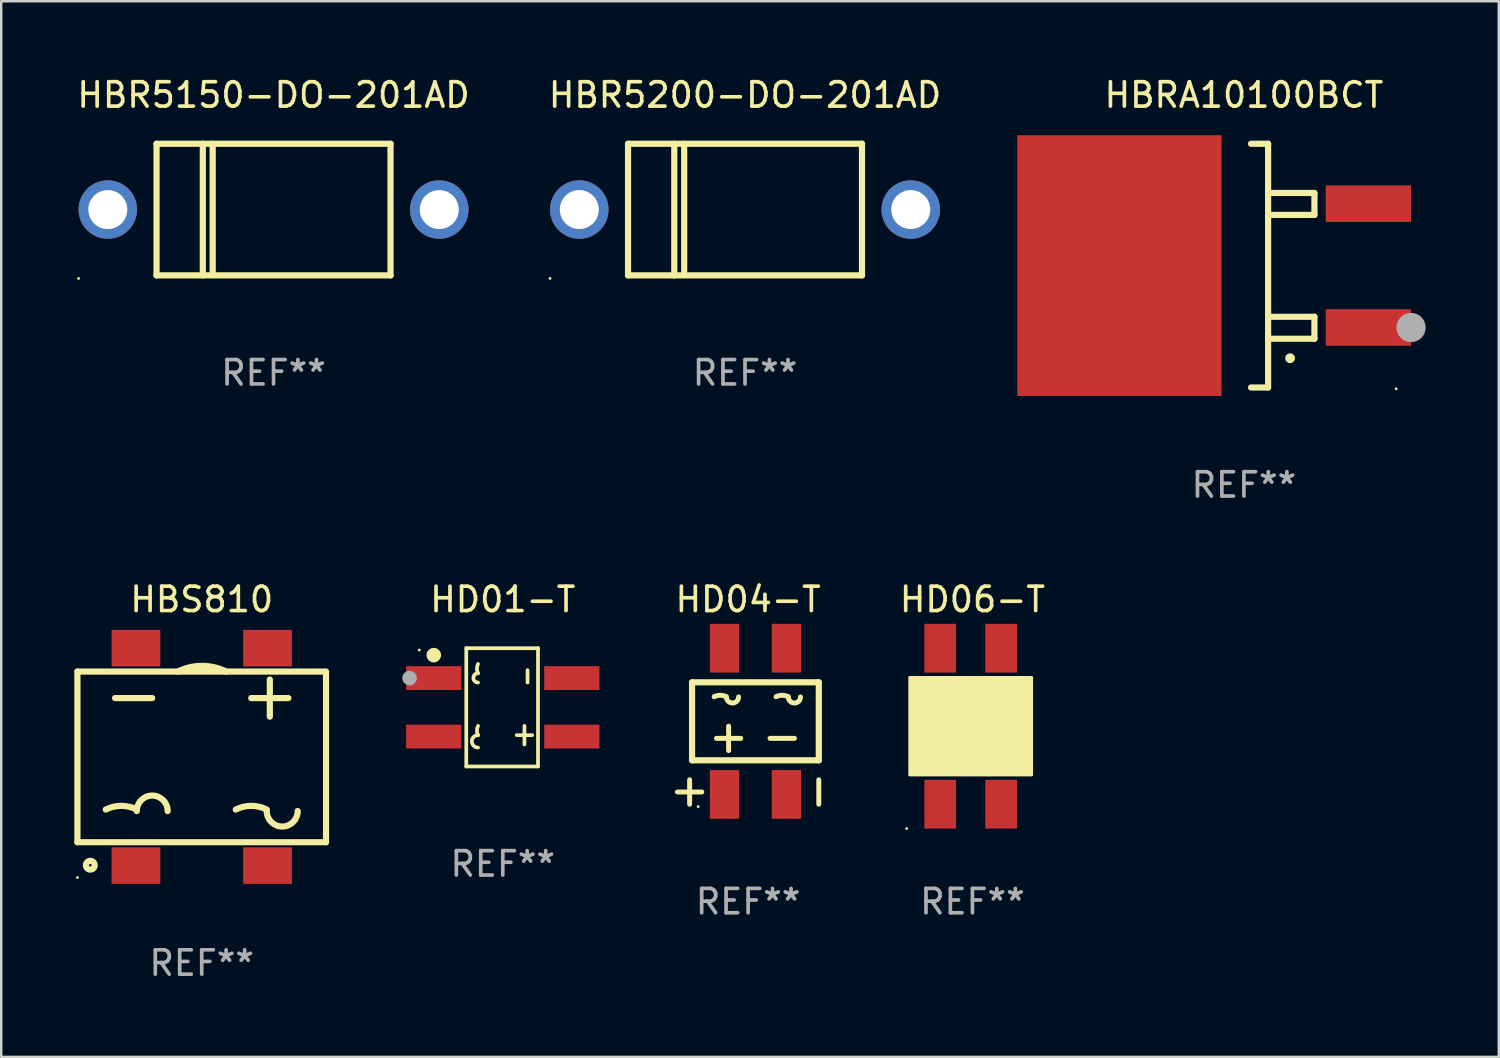
<source format=kicad_pcb>
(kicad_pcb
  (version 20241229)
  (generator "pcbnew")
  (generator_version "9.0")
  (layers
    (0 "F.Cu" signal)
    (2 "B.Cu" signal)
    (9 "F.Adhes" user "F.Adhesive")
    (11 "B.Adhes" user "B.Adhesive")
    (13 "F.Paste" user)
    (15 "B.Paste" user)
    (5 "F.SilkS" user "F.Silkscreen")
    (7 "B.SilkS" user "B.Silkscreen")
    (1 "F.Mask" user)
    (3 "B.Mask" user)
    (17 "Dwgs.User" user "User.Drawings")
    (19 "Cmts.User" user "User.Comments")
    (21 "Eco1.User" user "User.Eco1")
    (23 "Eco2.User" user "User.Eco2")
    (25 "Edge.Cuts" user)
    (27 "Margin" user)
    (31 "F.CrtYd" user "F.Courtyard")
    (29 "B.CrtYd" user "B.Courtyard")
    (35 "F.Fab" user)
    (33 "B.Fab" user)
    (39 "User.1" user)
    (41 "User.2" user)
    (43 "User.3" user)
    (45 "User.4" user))
  (footprint "HBR5200-DO-201AD"
    (layer "F.Cu")
    (at 27.518 5.548)
    (property "Reference" "HBR5200-DO-201AD" (at 0 -4.7 0) (layer "F.SilkS") (effects (font (size 1 1) (thickness 0.15))))
    (attr through_hole)
    (fp_line (start -4.8 -2.7) (end -4.8 2.7) (stroke (width 0.254) (type solid)) (layer "F.SilkS"))
    (fp_line (start -4.8 -2.7) (end 4.8 -2.7) (stroke (width 0.254) (type solid)) (layer "F.SilkS"))
    (fp_line (start -2.902 -2.7) (end -2.902 2.7) (stroke (width 0.254) (type solid)) (layer "F.SilkS"))
    (fp_line (start -2.496 -2.7) (end -2.496 2.54) (stroke (width 0.254) (type solid)) (layer "F.SilkS"))
    (fp_line (start 4.8 -2.7) (end 4.8 2.7) (stroke (width 0.254) (type solid)) (layer "F.SilkS"))
    (fp_line (start 4.8 2.7) (end -4.8 2.7) (stroke (width 0.254) (type solid)) (layer "F.SilkS"))
    (fp_circle (center -8 2.827) (end -7.97 2.827) (stroke (width 0.06) (type solid)) (fill no) (layer "F.SilkS"))
    (fp_text user "REF**" (at 0 6.7 0) (layer "F.Fab") (effects (font (size 1 1) (thickness 0.15))))
    (pad "1" thru_hole circle (at -6.8 0) (size 2.4 2.4) (drill 1.6) (layers "*.Cu" "*.Mask"))
    (pad "2" thru_hole circle (at 6.8 0) (size 2.4 2.4) (drill 1.6) (layers "*.Cu" "*.Mask")))
  (footprint "HD06-T"
    (layer "F.Cu")
    (at 36.848 26.745)
    (property "Reference" "HD06-T" (at 0 -5.2 0) (layer "F.SilkS") (effects (font (size 1 1) (thickness 0.15))))
    (attr through_hole)
    (fp_line (start -1.88 1.446) (end -1.448 0.966) (stroke (width 0.387) (type solid)) (layer "F.SilkS"))
    (fp_line (start -1.702 -1.168) (end -0.737 -1.168) (stroke (width 0.387) (type solid)) (layer "F.SilkS"))
    (fp_line (start -1.448 0.966) (end -0.965 1.446) (stroke (width 0.387) (type solid)) (layer "F.SilkS"))
    (fp_line (start 0.965 -1.092) (end 1.803 -1.092) (stroke (width 0.387) (type solid)) (layer "F.SilkS"))
    (fp_line (start 1.016 1.499) (end 1.42 0.991) (stroke (width 0.387) (type solid)) (layer "F.SilkS"))
    (fp_line (start 1.397 -1.523) (end 1.397 -0.711) (stroke (width 0.387) (type solid)) (layer "F.SilkS"))
    (fp_line (start 1.42 0.991) (end 1.88 1.499) (stroke (width 0.387) (type solid)) (layer "F.SilkS"))
    (fp_circle (center -2.698 4.2) (end -2.668 4.2) (stroke (width 0.06) (type solid)) (fill no) (layer "F.SilkS"))
    (fp_poly (pts (xy -2.571 -2) (xy 2.429 -2) (xy 2.429 2) (xy -2.571 2)) (stroke (width 0.12) (type solid)) (fill yes) (layer "F.SilkS"))
    (fp_text user "REF**" (at 0 7.2 0) (layer "F.Fab") (effects (font (size 1 1) (thickness 0.15))))
    (pad "1" smd rect (at -1.321 3.2) (size 1.3 2) (layers "F.Cu" "F.Mask" "F.Paste"))
    (pad "2" smd rect (at 1.179 3.2) (size 1.3 2) (layers "F.Cu" "F.Mask" "F.Paste"))
    (pad "3" smd rect (at 1.179 -3.2) (size 1.3 2) (layers "F.Cu" "F.Mask" "F.Paste"))
    (pad "4" smd rect (at -1.321 -3.2) (size 1.3 2) (layers "F.Cu" "F.Mask" "F.Paste")))
  (footprint "HBR5150-DO-201AD"
    (layer "F.Cu")
    (at 8.173 5.548)
    (property "Reference" "HBR5150-DO-201AD" (at 0 -4.7 0) (layer "F.SilkS") (effects (font (size 1 1) (thickness 0.15))))
    (attr through_hole)
    (fp_line (start -4.8 -2.7) (end -4.8 2.7) (stroke (width 0.254) (type solid)) (layer "F.SilkS"))
    (fp_line (start -4.8 -2.7) (end 4.8 -2.7) (stroke (width 0.254) (type solid)) (layer "F.SilkS"))
    (fp_line (start -2.902 -2.7) (end -2.902 2.7) (stroke (width 0.254) (type solid)) (layer "F.SilkS"))
    (fp_line (start -2.496 -2.7) (end -2.496 2.54) (stroke (width 0.254) (type solid)) (layer "F.SilkS"))
    (fp_line (start 4.8 -2.7) (end 4.8 2.7) (stroke (width 0.254) (type solid)) (layer "F.SilkS"))
    (fp_line (start 4.8 2.7) (end -4.8 2.7) (stroke (width 0.254) (type solid)) (layer "F.SilkS"))
    (fp_circle (center -8 2.827) (end -7.97 2.827) (stroke (width 0.06) (type solid)) (fill no) (layer "F.SilkS"))
    (fp_text user "REF**" (at 0 6.7 0) (layer "F.Fab") (effects (font (size 1 1) (thickness 0.15))))
    (pad "1" thru_hole circle (at -6.8 0) (size 2.4 2.4) (drill 1.6) (layers "*.Cu" "*.Mask"))
    (pad "2" thru_hole circle (at 6.8 0) (size 2.4 2.4) (drill 1.6) (layers "*.Cu" "*.Mask")))
  (footprint "HD04-T"
    (layer "F.Cu")
    (at 27.645 26.745)
    (property "Reference" "HD04-T" (at 0 -5.2 0) (layer "F.SilkS") (effects (font (size 1 1) (thickness 0.15))))
    (attr through_hole)
    (fp_line (start -2.4 2.2) (end -2.4 3.2) (stroke (width 0.203) (type solid)) (layer "F.SilkS"))
    (fp_line (start -2.3 -1.8) (end -2.3 1.4) (stroke (width 0.254) (type solid)) (layer "F.SilkS"))
    (fp_line (start -2.3 1.4) (end 2.9 1.4) (stroke (width 0.254) (type solid)) (layer "F.SilkS"))
    (fp_line (start -1.9 2.7) (end -2.9 2.7) (stroke (width 0.203) (type solid)) (layer "F.SilkS"))
    (fp_line (start -0.8 -0.000254) (end -0.8 1) (stroke (width 0.203) (type solid)) (layer "F.SilkS"))
    (fp_line (start -0.3 0.5) (end -1.3 0.5) (stroke (width 0.203) (type solid)) (layer "F.SilkS"))
    (fp_line (start 1.9 0.5) (end 0.9 0.5) (stroke (width 0.203) (type solid)) (layer "F.SilkS"))
    (fp_line (start 2.9 -1.8) (end -2.3 -1.8) (stroke (width 0.254) (type solid)) (layer "F.SilkS"))
    (fp_line (start 2.9 1.4) (end 2.9 -1.8) (stroke (width 0.254) (type solid)) (layer "F.SilkS"))
    (fp_line (start 2.9 2.2) (end 2.9 3.2) (stroke (width 0.203) (type solid)) (layer "F.SilkS"))
    (fp_arc (start -1.394209 -1.208534) (mid -1.144019 -1.267616) (end -0.893828 -1.208535) (stroke (width 0.2032) (type solid)) (layer "F.SilkS"))
    (fp_arc (start -0.390907 -1.200914) (mid -0.641097 -0.950915) (end -0.891287 -1.200915) (stroke (width 0.2032) (type solid)) (layer "F.SilkS"))
    (fp_arc (start 1.145796 -1.208534) (mid 1.395986 -1.267616) (end 1.646177 -1.208535) (stroke (width 0.2032) (type solid)) (layer "F.SilkS"))
    (fp_arc (start 2.149098 -1.200914) (mid 1.898908 -0.950915) (end 1.648718 -1.200915) (stroke (width 0.2032) (type solid)) (layer "F.SilkS"))
    (fp_circle (center -2.05 3.3) (end -2.02 3.3) (stroke (width 0.06) (type solid)) (fill no) (layer "F.SilkS"))
    (fp_text user "REF**" (at 0 7.2 0) (layer "F.Fab") (effects (font (size 1 1) (thickness 0.15))))
    (pad "1" smd rect (at -0.97 2.8 90) (size 2 1.2) (layers "F.Cu" "F.Mask" "F.Paste"))
    (pad "2" smd rect (at 1.57 2.8 90) (size 2 1.2) (layers "F.Cu" "F.Mask" "F.Paste"))
    (pad "3" smd rect (at 1.57 -3.2 90) (size 2 1.2) (layers "F.Cu" "F.Mask" "F.Paste"))
    (pad "4" smd rect (at -0.97 -3.2 90) (size 2 1.2) (layers "F.Cu" "F.Mask" "F.Paste")))
  (footprint "HBS810"
    (layer "F.Cu")
    (at 5.227 28.005)
    (property "Reference" "HBS810" (at 0 -6.46 0) (layer "F.SilkS") (effects (font (size 1 1) (thickness 0.15))))
    (attr through_hole)
    (fp_line (start -5.1 -3.5) (end -5.1 3.5) (stroke (width 0.254) (type solid)) (layer "F.SilkS"))
    (fp_line (start -5.1 -3.5) (end 5.05 -3.5) (stroke (width 0.254) (type solid)) (layer "F.SilkS"))
    (fp_line (start -5.1 3.5) (end 5.1 3.5) (stroke (width 0.254) (type solid)) (layer "F.SilkS"))
    (fp_line (start -3.556 -2.413) (end -2.032 -2.413) (stroke (width 0.254) (type solid)) (layer "F.SilkS"))
    (fp_line (start 2.032 -2.413) (end 3.556 -2.413) (stroke (width 0.254) (type solid)) (layer "F.SilkS"))
    (fp_line (start 2.794 -3.175) (end 2.794 -1.651) (stroke (width 0.254) (type solid)) (layer "F.SilkS"))
    (fp_line (start 5.1 -3.5) (end 5.1 3.5) (stroke (width 0.254) (type solid)) (layer "F.SilkS"))
    (fp_arc (start -3.937008 2.159004) (mid -3.302007 2.009101) (end -2.667005 2.159004) (stroke (width 0.254001) (type solid)) (layer "F.SilkS"))
    (fp_arc (start -2.667005 2.222479) (mid -2.032004 1.587478) (end -1.397003 2.222479) (stroke (width 0.254001) (type solid)) (layer "F.SilkS"))
    (fp_arc (start -0.98128 -3.5) (mid 0.010996 -3.73433) (end 1.003302 -3.500127) (stroke (width 0.254001) (type solid)) (layer "F.SilkS"))
    (fp_arc (start 1.397003 2.159004) (mid 2.032004 2.009101) (end 2.667006 2.159004) (stroke (width 0.254001) (type solid)) (layer "F.SilkS"))
    (fp_arc (start 3.937008 2.222479) (mid 3.302007 2.85748) (end 2.667006 2.222479) (stroke (width 0.254001) (type solid)) (layer "F.SilkS"))
    (fp_circle (center -5.1 4.95) (end -5.07 4.95) (stroke (width 0.06) (type solid)) (fill no) (layer "F.SilkS"))
    (fp_circle (center -4.572 4.445) (end -4.392 4.445) (stroke (width 0.254) (type solid)) (fill no) (layer "F.SilkS"))
    (fp_text user "REF**" (at 0 8.46 0) (layer "F.Fab") (effects (font (size 1 1) (thickness 0.15))))
    (pad "1" smd rect (at -2.7 4.46 90) (size 1.5 2) (layers "F.Cu" "F.Mask" "F.Paste"))
    (pad "2" smd rect (at 2.7 4.46 90) (size 1.5 2) (layers "F.Cu" "F.Mask" "F.Paste"))
    (pad "3" smd rect (at 2.7 -4.46 90) (size 1.5 2) (layers "F.Cu" "F.Mask" "F.Paste"))
    (pad "4" smd rect (at -2.7 -4.46 90) (size 1.5 2) (layers "F.Cu" "F.Mask" "F.Paste")))
  (footprint "HD01-T"
    (layer "F.Cu")
    (at 17.579 25.971)
    (property "Reference" "HD01-T" (at 0 -4.426 0) (layer "F.SilkS") (effects (font (size 1 1) (thickness 0.15))))
    (attr through_hole)
    (fp_line (start -1.498 -2.426) (end -1.498 2.426) (stroke (width 0.152) (type solid)) (layer "F.SilkS"))
    (fp_line (start -1.498 2.426) (end 1.445 2.426) (stroke (width 0.152) (type solid)) (layer "F.SilkS"))
    (fp_line (start 0.572 1.143) (end 1.207 1.143) (stroke (width 0.152) (type solid)) (layer "F.SilkS"))
    (fp_line (start 0.889 0.762) (end 0.889 1.524) (stroke (width 0.152) (type solid)) (layer "F.SilkS"))
    (fp_line (start 1.016 -1.524) (end 1.016 -1.016) (stroke (width 0.152) (type solid)) (layer "F.SilkS"))
    (fp_line (start 1.445 -2.426) (end -1.498 -2.426) (stroke (width 0.152) (type solid)) (layer "F.SilkS"))
    (fp_line (start 1.445 2.426) (end 1.445 -2.426) (stroke (width 0.152) (type solid)) (layer "F.SilkS"))
    (fp_arc (start -1.015951 -1.397003) (mid -1.060922 -1.587503) (end -1.015951 -1.778004) (stroke (width 0.151994) (type solid)) (layer "F.SilkS"))
    (fp_arc (start -1.015951 -1.016002) (mid -1.20635 -1.206528) (end -1.015875 -1.396978) (stroke (width 0.151994) (type solid)) (layer "F.SilkS"))
    (fp_arc (start -1.015951 1.143003) (mid -1.060922 0.952502) (end -1.015951 0.762002) (stroke (width 0.151994) (type solid)) (layer "F.SilkS"))
    (fp_arc (start -1.015951 1.651003) (mid -1.269849 1.396978) (end -1.015875 1.143029) (stroke (width 0.151994) (type solid)) (layer "F.SilkS"))
    (fp_circle (center -3.425 -2.35) (end -3.395 -2.35) (stroke (width 0.06) (type solid)) (fill no) (layer "F.SilkS"))
    (fp_circle (center -2.832 -2.142) (end -2.682 -2.142) (stroke (width 0.3) (type solid)) (fill no) (layer "F.SilkS"))
    (fp_circle (center -3.825 -1.2) (end -3.675 -1.2) (stroke (width 0.3) (type solid)) (fill no) (layer "F.Fab"))
    (fp_text user "REF**" (at 0 6.426 0) (layer "F.Fab") (effects (font (size 1 1) (thickness 0.15))))
    (pad "1" smd rect (at -2.832 -1.2 270) (size 0.98 2.265) (layers "F.Cu" "F.Mask" "F.Paste"))
    (pad "2" smd rect (at -2.832 1.2 270) (size 0.98 2.265) (layers "F.Cu" "F.Mask" "F.Paste"))
    (pad "3" smd rect (at 2.832 1.2 270) (size 0.98 2.265) (layers "F.Cu" "F.Mask" "F.Paste"))
    (pad "4" smd rect (at 2.832 -1.2 270) (size 0.98 2.265) (layers "F.Cu" "F.Mask" "F.Paste")))
  (footprint "HBRA10100BCT"
    (layer "F.Cu")
    (at 47.987 7.848)
    (property "Reference" "HBRA10100BCT" (at 0 -7 0) (layer "F.SilkS") (effects (font (size 1 1) (thickness 0.15))))
    (attr through_hole)
    (fp_line (start 0.293 -5) (end 0.993 -5) (stroke (width 0.254) (type solid)) (layer "F.SilkS"))
    (fp_line (start 0.993 -5) (end 0.993 5) (stroke (width 0.254) (type solid)) (layer "F.SilkS"))
    (fp_line (start 0.993 -2.08) (end 2.893 -2.08) (stroke (width 0.254) (type solid)) (layer "F.SilkS"))
    (fp_line (start 0.993 3) (end 2.893 3) (stroke (width 0.254) (type solid)) (layer "F.SilkS"))
    (fp_line (start 0.993 5) (end 0.293 5) (stroke (width 0.254) (type solid)) (layer "F.SilkS"))
    (fp_line (start 2.893 -2.98) (end 0.993 -2.98) (stroke (width 0.254) (type solid)) (layer "F.SilkS"))
    (fp_line (start 2.893 -2.08) (end 2.893 -2.98) (stroke (width 0.254) (type solid)) (layer "F.SilkS"))
    (fp_line (start 2.893 2.1) (end 0.993 2.1) (stroke (width 0.254) (type solid)) (layer "F.SilkS"))
    (fp_line (start 2.893 3) (end 2.893 2.1) (stroke (width 0.254) (type solid)) (layer "F.SilkS"))
    (fp_arc (start 1.893447 3.79986) (mid 1.894717 3.799856) (end 1.895987 3.79986) (stroke (width 0.4) (type solid)) (layer "F.SilkS"))
    (fp_circle (center 6.248 5.055) (end 6.278 5.055) (stroke (width 0.06) (type solid)) (fill no) (layer "F.SilkS"))
    (fp_circle (center 6.858 2.54) (end 7.158 2.54) (stroke (width 0.6) (type solid)) (fill no) (layer "F.Fab"))
    (fp_text user "REF**" (at 0 9 0) (layer "F.Fab") (effects (font (size 1 1) (thickness 0.15))))
    (pad "1" smd rect (at 5.107 2.54) (size 3.5 1.5) (layers "F.Cu" "F.Mask" "F.Paste"))
    (pad "2" smd rect (at -5.107 -0.000241) (size 8.38 10.7) (layers "F.Cu" "F.Mask" "F.Paste"))
    (pad "3" smd rect (at 5.106 -2.54) (size 3.5 1.5) (layers "F.Cu" "F.Mask" "F.Paste")))
  (gr_rect
    (start -3 -3)
    (end 58.445 40.313)
    (stroke (width 0.1) (type default))
    (fill no)
    (layer "Edge.Cuts")))
</source>
